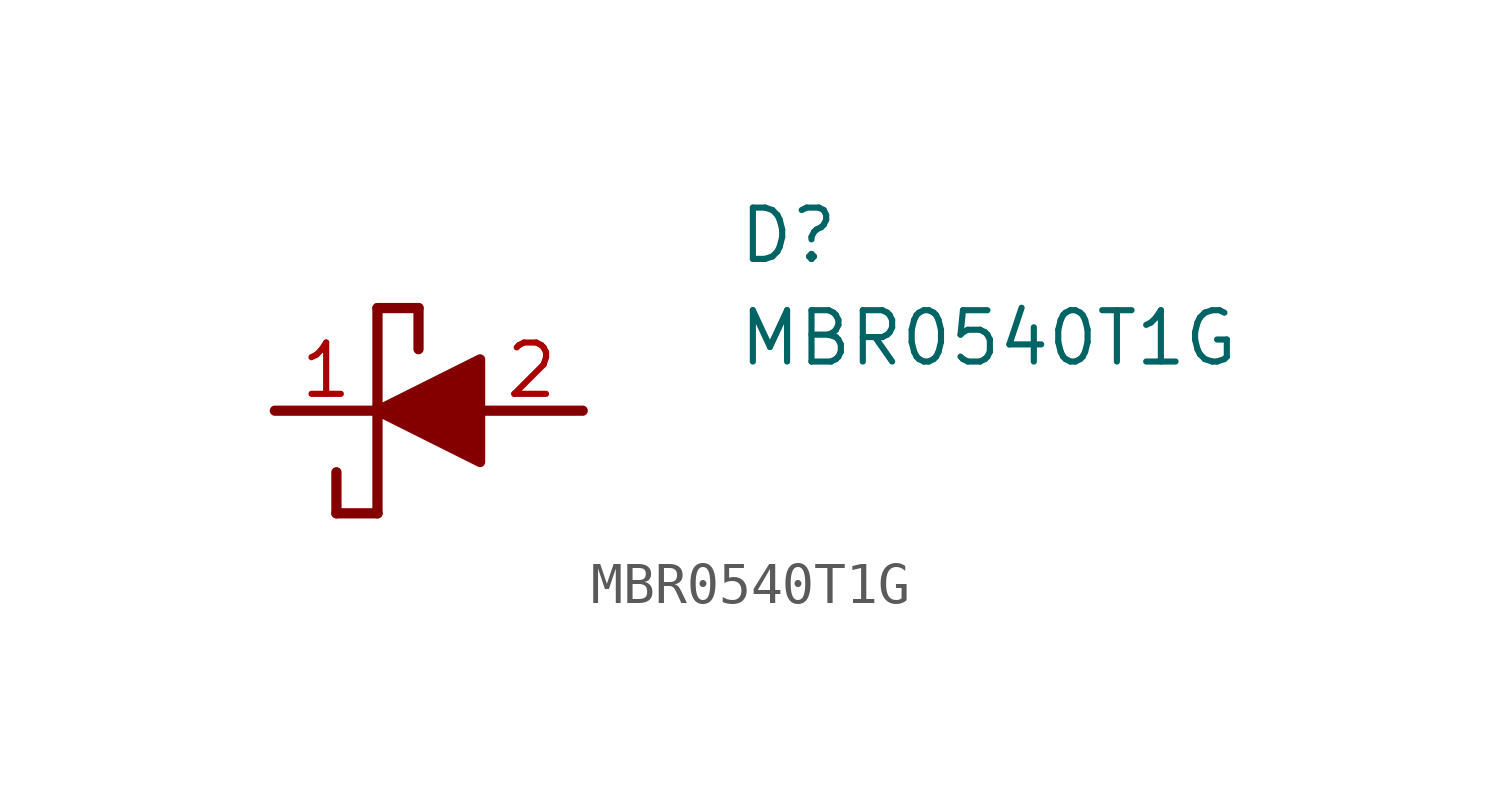
<source format=kicad_sym>
(kicad_symbol_lib
  (version 20241209)
  (generator "kicad_symbol_editor")
  (generator_version "9.0")
  (symbol "MBR0540T1G"
    (pin_names
      (hide yes))
    (property "Reference" "D"
      (at 11.43 5.08 0)
      (effects (font (size 1.27 1.27)) (justify left top)))
    (property "Value" "MBR0540T1G"
      (at 11.43 2.54 0)
      (effects (font (size 1.27 1.27)) (justify left top)))
    (symbol "MBR0540T1G_1_1"
      (polyline (pts (xy 0 0) (xy 2.54 0)) (stroke (width 0.254) (type default)) (fill (type none)))
      (polyline (pts (xy 1.524 -1.524) (xy 1.524 -2.54)) (stroke (width 0.254) (type default)) (fill (type none)))
      (polyline (pts (xy 2.54 2.54) (xy 2.54 -2.54)) (stroke (width 0.254) (type default)) (fill (type none)))
      (polyline (pts (xy 2.54 2.54) (xy 3.556 2.54)) (stroke (width 0.254) (type default)) (fill (type none)))
      (polyline (pts (xy 2.54 0) (xy 5.08 1.27) (xy 5.08 -1.27) (xy 2.54 0)) (stroke (width 0.254) (type default)) (fill (type outline)))
      (polyline (pts (xy 2.54 -2.54) (xy 1.524 -2.54)) (stroke (width 0.254) (type default)) (fill (type none)))
      (polyline (pts (xy 3.556 1.524) (xy 3.556 2.54)) (stroke (width 0.254) (type default)) (fill (type none)))
      (polyline (pts (xy 5.08 0) (xy 7.62 0)) (stroke (width 0.254) (type default)) (fill (type none)))
      (pin passive line (at 0 0 0) (length 2.54) (name "K" (effects (font (size 1.27 1.27)))) (number "1" (effects (font (size 1.27 1.27)))))
      (pin passive line (at 7.62 0 180) (length 2.54) (name "A" (effects (font (size 1.27 1.27)))) (number "2" (effects (font (size 1.27 1.27))))))))
</source>
